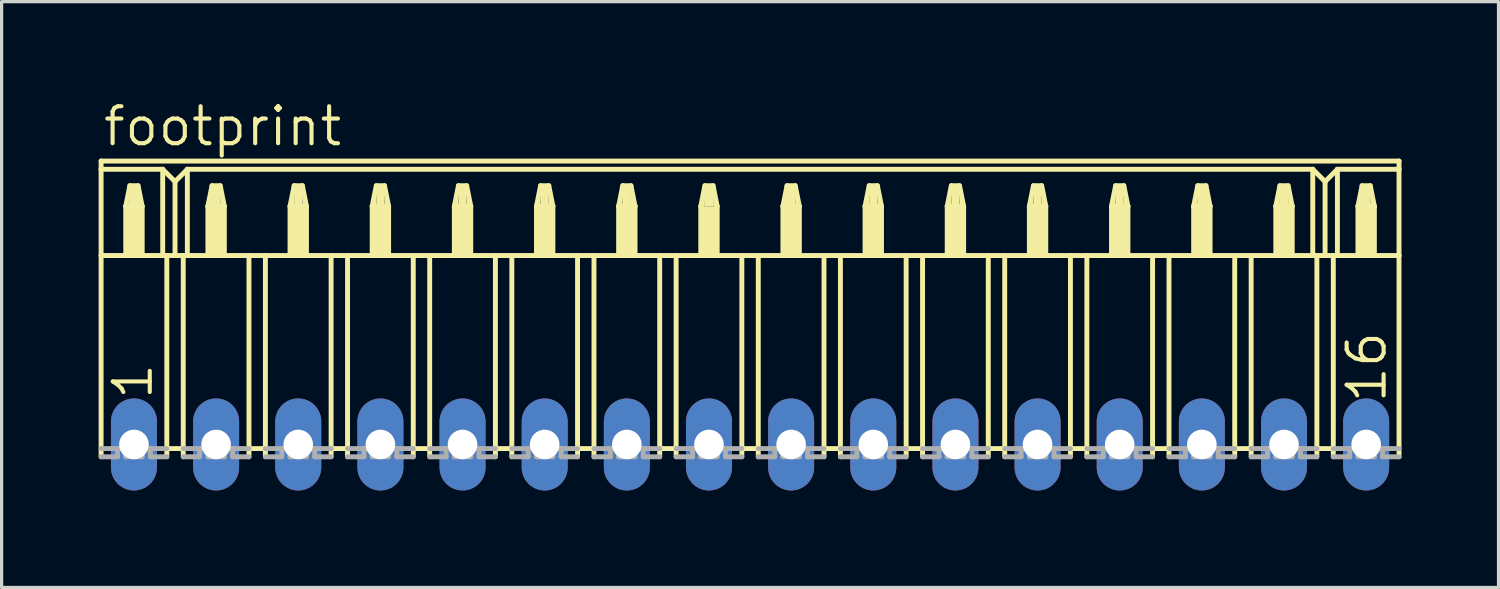
<source format=kicad_pcb>
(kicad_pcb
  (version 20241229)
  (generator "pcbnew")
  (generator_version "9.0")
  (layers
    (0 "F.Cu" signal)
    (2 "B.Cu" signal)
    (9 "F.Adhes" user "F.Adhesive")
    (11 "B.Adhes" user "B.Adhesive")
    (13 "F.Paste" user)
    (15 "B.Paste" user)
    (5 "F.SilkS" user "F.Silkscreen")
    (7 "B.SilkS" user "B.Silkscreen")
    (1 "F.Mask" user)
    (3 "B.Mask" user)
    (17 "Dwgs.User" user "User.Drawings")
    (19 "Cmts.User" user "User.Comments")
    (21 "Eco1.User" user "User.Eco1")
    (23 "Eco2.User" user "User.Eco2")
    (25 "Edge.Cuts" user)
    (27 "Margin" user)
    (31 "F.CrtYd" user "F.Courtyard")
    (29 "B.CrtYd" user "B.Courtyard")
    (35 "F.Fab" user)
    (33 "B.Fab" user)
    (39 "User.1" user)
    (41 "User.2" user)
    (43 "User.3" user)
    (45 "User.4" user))
  (footprint "footprint"
    (layer "F.Cu")
    (at 20.142 10.693)
    (property "Reference" "footprint" (at -20.066 -9.169 0) (layer "F.SilkS") (effects (font (size 1.143 1.143) (thickness 0.127)) (justify left bottom)))
    (fp_line (start -20.066 -8.763) (end -20.066 -8.509) (stroke (width 0.152) (type solid)) (layer "F.SilkS"))
    (fp_line (start -20.066 -8.763) (end 20.066 -8.763) (stroke (width 0.152) (type solid)) (layer "F.SilkS"))
    (fp_line (start -20.066 -8.509) (end -20.066 -5.842) (stroke (width 0.152) (type solid)) (layer "F.SilkS"))
    (fp_line (start -20.066 -8.509) (end -18.161 -8.509) (stroke (width 0.152) (type solid)) (layer "F.SilkS"))
    (fp_line (start -20.066 -5.842) (end -20.066 0.381) (stroke (width 0.152) (type solid)) (layer "F.SilkS"))
    (fp_line (start -20.066 -5.842) (end -19.304 -5.842) (stroke (width 0.152) (type solid)) (layer "F.SilkS"))
    (fp_line (start -19.304 -7.366) (end -19.304 -5.842) (stroke (width 0.152) (type solid)) (layer "F.SilkS"))
    (fp_line (start -19.304 -7.366) (end -19.177 -8.001) (stroke (width 0.152) (type solid)) (layer "F.SilkS"))
    (fp_line (start -19.304 -5.842) (end -18.796 -5.842) (stroke (width 0.152) (type solid)) (layer "F.SilkS"))
    (fp_line (start -19.177 -8.001) (end -18.923 -8.001) (stroke (width 0.152) (type solid)) (layer "F.SilkS"))
    (fp_line (start -18.923 -8.001) (end -18.796 -7.366) (stroke (width 0.152) (type solid)) (layer "F.SilkS"))
    (fp_line (start -18.796 -7.366) (end -19.304 -7.366) (stroke (width 0.152) (type solid)) (layer "F.SilkS"))
    (fp_line (start -18.796 -7.366) (end -18.796 -5.842) (stroke (width 0.152) (type solid)) (layer "F.SilkS"))
    (fp_line (start -18.796 -5.842) (end -18.161 -5.842) (stroke (width 0.152) (type solid)) (layer "F.SilkS"))
    (fp_line (start -18.161 -8.509) (end -18.161 -5.842) (stroke (width 0.152) (type solid)) (layer "F.SilkS"))
    (fp_line (start -18.161 -8.509) (end -17.78 -8.128) (stroke (width 0.152) (type solid)) (layer "F.SilkS"))
    (fp_line (start -18.161 -5.842) (end -18.034 -5.842) (stroke (width 0.152) (type solid)) (layer "F.SilkS"))
    (fp_line (start -18.034 -5.842) (end -18.034 0.127) (stroke (width 0.152) (type solid)) (layer "F.SilkS"))
    (fp_line (start -18.034 -5.842) (end -17.78 -5.842) (stroke (width 0.152) (type solid)) (layer "F.SilkS"))
    (fp_line (start -18.034 0.127) (end -18.034 0.381) (stroke (width 0.152) (type solid)) (layer "F.SilkS"))
    (fp_line (start -17.78 -8.128) (end -17.78 -5.842) (stroke (width 0.152) (type solid)) (layer "F.SilkS"))
    (fp_line (start -17.78 -8.128) (end -17.399 -8.509) (stroke (width 0.152) (type solid)) (layer "F.SilkS"))
    (fp_line (start -17.78 -5.842) (end -17.526 -5.842) (stroke (width 0.152) (type solid)) (layer "F.SilkS"))
    (fp_line (start -17.526 -5.842) (end -17.526 0.127) (stroke (width 0.152) (type solid)) (layer "F.SilkS"))
    (fp_line (start -17.526 -5.842) (end -17.399 -5.842) (stroke (width 0.152) (type solid)) (layer "F.SilkS"))
    (fp_line (start -17.526 0.127) (end -18.034 0.127) (stroke (width 0.152) (type solid)) (layer "F.SilkS"))
    (fp_line (start -17.526 0.127) (end -17.526 0.381) (stroke (width 0.152) (type solid)) (layer "F.SilkS"))
    (fp_line (start -17.399 -8.509) (end -17.399 -5.842) (stroke (width 0.152) (type solid)) (layer "F.SilkS"))
    (fp_line (start -17.399 -8.509) (end 17.399 -8.509) (stroke (width 0.152) (type solid)) (layer "F.SilkS"))
    (fp_line (start -17.399 -5.842) (end -16.764 -5.842) (stroke (width 0.152) (type solid)) (layer "F.SilkS"))
    (fp_line (start -16.764 -7.366) (end -16.764 -5.842) (stroke (width 0.152) (type solid)) (layer "F.SilkS"))
    (fp_line (start -16.764 -7.366) (end -16.637 -8.001) (stroke (width 0.152) (type solid)) (layer "F.SilkS"))
    (fp_line (start -16.764 -5.842) (end -16.256 -5.842) (stroke (width 0.152) (type solid)) (layer "F.SilkS"))
    (fp_line (start -16.637 -8.001) (end -16.383 -8.001) (stroke (width 0.152) (type solid)) (layer "F.SilkS"))
    (fp_line (start -16.383 -8.001) (end -16.256 -7.366) (stroke (width 0.152) (type solid)) (layer "F.SilkS"))
    (fp_line (start -16.256 -7.366) (end -16.764 -7.366) (stroke (width 0.152) (type solid)) (layer "F.SilkS"))
    (fp_line (start -16.256 -7.366) (end -16.256 -5.842) (stroke (width 0.152) (type solid)) (layer "F.SilkS"))
    (fp_line (start -16.256 -5.842) (end -15.494 -5.842) (stroke (width 0.152) (type solid)) (layer "F.SilkS"))
    (fp_line (start -15.494 -5.842) (end -15.494 0.127) (stroke (width 0.152) (type solid)) (layer "F.SilkS"))
    (fp_line (start -15.494 -5.842) (end -14.986 -5.842) (stroke (width 0.152) (type solid)) (layer "F.SilkS"))
    (fp_line (start -15.494 0.127) (end -15.494 0.381) (stroke (width 0.152) (type solid)) (layer "F.SilkS"))
    (fp_line (start -14.986 -5.842) (end -14.986 0.127) (stroke (width 0.152) (type solid)) (layer "F.SilkS"))
    (fp_line (start -14.986 -5.842) (end -14.224 -5.842) (stroke (width 0.152) (type solid)) (layer "F.SilkS"))
    (fp_line (start -14.986 0.127) (end -15.494 0.127) (stroke (width 0.152) (type solid)) (layer "F.SilkS"))
    (fp_line (start -14.986 0.127) (end -14.986 0.381) (stroke (width 0.152) (type solid)) (layer "F.SilkS"))
    (fp_line (start -14.224 -7.366) (end -14.224 -5.842) (stroke (width 0.152) (type solid)) (layer "F.SilkS"))
    (fp_line (start -14.224 -7.366) (end -14.097 -8.001) (stroke (width 0.152) (type solid)) (layer "F.SilkS"))
    (fp_line (start -14.224 -5.842) (end -13.716 -5.842) (stroke (width 0.152) (type solid)) (layer "F.SilkS"))
    (fp_line (start -14.097 -8.001) (end -13.843 -8.001) (stroke (width 0.152) (type solid)) (layer "F.SilkS"))
    (fp_line (start -13.843 -8.001) (end -13.716 -7.366) (stroke (width 0.152) (type solid)) (layer "F.SilkS"))
    (fp_line (start -13.716 -7.366) (end -14.224 -7.366) (stroke (width 0.152) (type solid)) (layer "F.SilkS"))
    (fp_line (start -13.716 -7.366) (end -13.716 -5.842) (stroke (width 0.152) (type solid)) (layer "F.SilkS"))
    (fp_line (start -13.716 -5.842) (end -12.954 -5.842) (stroke (width 0.152) (type solid)) (layer "F.SilkS"))
    (fp_line (start -12.954 -5.842) (end -12.954 0.127) (stroke (width 0.152) (type solid)) (layer "F.SilkS"))
    (fp_line (start -12.954 -5.842) (end -12.446 -5.842) (stroke (width 0.152) (type solid)) (layer "F.SilkS"))
    (fp_line (start -12.954 0.127) (end -12.954 0.381) (stroke (width 0.152) (type solid)) (layer "F.SilkS"))
    (fp_line (start -12.446 -5.842) (end -12.446 0.127) (stroke (width 0.152) (type solid)) (layer "F.SilkS"))
    (fp_line (start -12.446 -5.842) (end -11.684 -5.842) (stroke (width 0.152) (type solid)) (layer "F.SilkS"))
    (fp_line (start -12.446 0.127) (end -12.954 0.127) (stroke (width 0.152) (type solid)) (layer "F.SilkS"))
    (fp_line (start -12.446 0.127) (end -12.446 0.381) (stroke (width 0.152) (type solid)) (layer "F.SilkS"))
    (fp_line (start -11.684 -7.366) (end -11.684 -5.842) (stroke (width 0.152) (type solid)) (layer "F.SilkS"))
    (fp_line (start -11.684 -7.366) (end -11.557 -8.001) (stroke (width 0.152) (type solid)) (layer "F.SilkS"))
    (fp_line (start -11.684 -5.842) (end -11.176 -5.842) (stroke (width 0.152) (type solid)) (layer "F.SilkS"))
    (fp_line (start -11.557 -8.001) (end -11.303 -8.001) (stroke (width 0.152) (type solid)) (layer "F.SilkS"))
    (fp_line (start -11.303 -8.001) (end -11.176 -7.366) (stroke (width 0.152) (type solid)) (layer "F.SilkS"))
    (fp_line (start -11.176 -7.366) (end -11.684 -7.366) (stroke (width 0.152) (type solid)) (layer "F.SilkS"))
    (fp_line (start -11.176 -7.366) (end -11.176 -5.842) (stroke (width 0.152) (type solid)) (layer "F.SilkS"))
    (fp_line (start -11.176 -5.842) (end -10.414 -5.842) (stroke (width 0.152) (type solid)) (layer "F.SilkS"))
    (fp_line (start -10.414 -5.842) (end -10.414 0.127) (stroke (width 0.152) (type solid)) (layer "F.SilkS"))
    (fp_line (start -10.414 -5.842) (end -9.906 -5.842) (stroke (width 0.152) (type solid)) (layer "F.SilkS"))
    (fp_line (start -10.414 0.127) (end -10.414 0.381) (stroke (width 0.152) (type solid)) (layer "F.SilkS"))
    (fp_line (start -9.906 -5.842) (end -9.906 0.127) (stroke (width 0.152) (type solid)) (layer "F.SilkS"))
    (fp_line (start -9.906 -5.842) (end -9.144 -5.842) (stroke (width 0.152) (type solid)) (layer "F.SilkS"))
    (fp_line (start -9.906 0.127) (end -10.414 0.127) (stroke (width 0.152) (type solid)) (layer "F.SilkS"))
    (fp_line (start -9.906 0.127) (end -9.906 0.381) (stroke (width 0.152) (type solid)) (layer "F.SilkS"))
    (fp_line (start -9.144 -7.366) (end -9.144 -5.842) (stroke (width 0.152) (type solid)) (layer "F.SilkS"))
    (fp_line (start -9.144 -7.366) (end -9.017 -8.001) (stroke (width 0.152) (type solid)) (layer "F.SilkS"))
    (fp_line (start -9.144 -5.842) (end -8.636 -5.842) (stroke (width 0.152) (type solid)) (layer "F.SilkS"))
    (fp_line (start -9.017 -8.001) (end -8.763 -8.001) (stroke (width 0.152) (type solid)) (layer "F.SilkS"))
    (fp_line (start -8.763 -8.001) (end -8.636 -7.366) (stroke (width 0.152) (type solid)) (layer "F.SilkS"))
    (fp_line (start -8.636 -7.366) (end -9.144 -7.366) (stroke (width 0.152) (type solid)) (layer "F.SilkS"))
    (fp_line (start -8.636 -7.366) (end -8.636 -5.842) (stroke (width 0.152) (type solid)) (layer "F.SilkS"))
    (fp_line (start -8.636 -5.842) (end -7.874 -5.842) (stroke (width 0.152) (type solid)) (layer "F.SilkS"))
    (fp_line (start -7.874 -5.842) (end -7.874 0.127) (stroke (width 0.152) (type solid)) (layer "F.SilkS"))
    (fp_line (start -7.874 -5.842) (end -7.366 -5.842) (stroke (width 0.152) (type solid)) (layer "F.SilkS"))
    (fp_line (start -7.874 0.127) (end -7.874 0.381) (stroke (width 0.152) (type solid)) (layer "F.SilkS"))
    (fp_line (start -7.366 -5.842) (end -7.366 0.127) (stroke (width 0.152) (type solid)) (layer "F.SilkS"))
    (fp_line (start -7.366 -5.842) (end -6.604 -5.842) (stroke (width 0.152) (type solid)) (layer "F.SilkS"))
    (fp_line (start -7.366 0.127) (end -7.874 0.127) (stroke (width 0.152) (type solid)) (layer "F.SilkS"))
    (fp_line (start -7.366 0.127) (end -7.366 0.381) (stroke (width 0.152) (type solid)) (layer "F.SilkS"))
    (fp_line (start -6.604 -7.366) (end -6.604 -5.842) (stroke (width 0.152) (type solid)) (layer "F.SilkS"))
    (fp_line (start -6.604 -7.366) (end -6.477 -8.001) (stroke (width 0.152) (type solid)) (layer "F.SilkS"))
    (fp_line (start -6.604 -5.842) (end -6.096 -5.842) (stroke (width 0.152) (type solid)) (layer "F.SilkS"))
    (fp_line (start -6.477 -8.001) (end -6.223 -8.001) (stroke (width 0.152) (type solid)) (layer "F.SilkS"))
    (fp_line (start -6.223 -8.001) (end -6.096 -7.366) (stroke (width 0.152) (type solid)) (layer "F.SilkS"))
    (fp_line (start -6.096 -7.366) (end -6.604 -7.366) (stroke (width 0.152) (type solid)) (layer "F.SilkS"))
    (fp_line (start -6.096 -7.366) (end -6.096 -5.842) (stroke (width 0.152) (type solid)) (layer "F.SilkS"))
    (fp_line (start -6.096 -5.842) (end -5.334 -5.842) (stroke (width 0.152) (type solid)) (layer "F.SilkS"))
    (fp_line (start -5.334 -5.842) (end -5.334 0.127) (stroke (width 0.152) (type solid)) (layer "F.SilkS"))
    (fp_line (start -5.334 -5.842) (end -4.826 -5.842) (stroke (width 0.152) (type solid)) (layer "F.SilkS"))
    (fp_line (start -5.334 0.127) (end -5.334 0.381) (stroke (width 0.152) (type solid)) (layer "F.SilkS"))
    (fp_line (start -4.826 -5.842) (end -4.826 0.127) (stroke (width 0.152) (type solid)) (layer "F.SilkS"))
    (fp_line (start -4.826 -5.842) (end -4.064 -5.842) (stroke (width 0.152) (type solid)) (layer "F.SilkS"))
    (fp_line (start -4.826 0.127) (end -5.334 0.127) (stroke (width 0.152) (type solid)) (layer "F.SilkS"))
    (fp_line (start -4.826 0.127) (end -4.826 0.381) (stroke (width 0.152) (type solid)) (layer "F.SilkS"))
    (fp_line (start -4.064 -7.366) (end -4.064 -5.842) (stroke (width 0.152) (type solid)) (layer "F.SilkS"))
    (fp_line (start -4.064 -7.366) (end -3.937 -8.001) (stroke (width 0.152) (type solid)) (layer "F.SilkS"))
    (fp_line (start -4.064 -5.842) (end -3.556 -5.842) (stroke (width 0.152) (type solid)) (layer "F.SilkS"))
    (fp_line (start -3.937 -8.001) (end -3.683 -8.001) (stroke (width 0.152) (type solid)) (layer "F.SilkS"))
    (fp_line (start -3.683 -8.001) (end -3.556 -7.366) (stroke (width 0.152) (type solid)) (layer "F.SilkS"))
    (fp_line (start -3.556 -7.366) (end -4.064 -7.366) (stroke (width 0.152) (type solid)) (layer "F.SilkS"))
    (fp_line (start -3.556 -7.366) (end -3.556 -5.842) (stroke (width 0.152) (type solid)) (layer "F.SilkS"))
    (fp_line (start -3.556 -5.842) (end -2.794 -5.842) (stroke (width 0.152) (type solid)) (layer "F.SilkS"))
    (fp_line (start -2.794 -5.842) (end -2.794 0.127) (stroke (width 0.152) (type solid)) (layer "F.SilkS"))
    (fp_line (start -2.794 -5.842) (end -2.286 -5.842) (stroke (width 0.152) (type solid)) (layer "F.SilkS"))
    (fp_line (start -2.794 0.127) (end -2.794 0.381) (stroke (width 0.152) (type solid)) (layer "F.SilkS"))
    (fp_line (start -2.286 -5.842) (end -2.286 0.127) (stroke (width 0.152) (type solid)) (layer "F.SilkS"))
    (fp_line (start -2.286 -5.842) (end -1.524 -5.842) (stroke (width 0.152) (type solid)) (layer "F.SilkS"))
    (fp_line (start -2.286 0.127) (end -2.794 0.127) (stroke (width 0.152) (type solid)) (layer "F.SilkS"))
    (fp_line (start -2.286 0.127) (end -2.286 0.381) (stroke (width 0.152) (type solid)) (layer "F.SilkS"))
    (fp_line (start -1.524 -7.366) (end -1.524 -5.842) (stroke (width 0.152) (type solid)) (layer "F.SilkS"))
    (fp_line (start -1.524 -7.366) (end -1.397 -8.001) (stroke (width 0.152) (type solid)) (layer "F.SilkS"))
    (fp_line (start -1.524 -5.842) (end -1.016 -5.842) (stroke (width 0.152) (type solid)) (layer "F.SilkS"))
    (fp_line (start -1.397 -8.001) (end -1.143 -8.001) (stroke (width 0.152) (type solid)) (layer "F.SilkS"))
    (fp_line (start -1.143 -8.001) (end -1.016 -7.366) (stroke (width 0.152) (type solid)) (layer "F.SilkS"))
    (fp_line (start -1.016 -7.366) (end -1.016 -5.842) (stroke (width 0.152) (type solid)) (layer "F.SilkS"))
    (fp_line (start -1.016 -5.842) (end -0.254 -5.842) (stroke (width 0.152) (type solid)) (layer "F.SilkS"))
    (fp_line (start -0.254 -5.842) (end -0.254 0.127) (stroke (width 0.152) (type solid)) (layer "F.SilkS"))
    (fp_line (start -0.254 -5.842) (end 2.794 -5.842) (stroke (width 0.152) (type solid)) (layer "F.SilkS"))
    (fp_line (start -0.254 0.127) (end -0.254 0.381) (stroke (width 0.152) (type solid)) (layer "F.SilkS"))
    (fp_line (start 0.254 -5.842) (end 0.254 0.127) (stroke (width 0.152) (type solid)) (layer "F.SilkS"))
    (fp_line (start 0.254 0.127) (end -0.254 0.127) (stroke (width 0.152) (type solid)) (layer "F.SilkS"))
    (fp_line (start 0.254 0.127) (end 0.254 0.381) (stroke (width 0.152) (type solid)) (layer "F.SilkS"))
    (fp_line (start 1.016 -7.366) (end 1.016 -5.842) (stroke (width 0.152) (type solid)) (layer "F.SilkS"))
    (fp_line (start 1.016 -7.366) (end 1.143 -8.001) (stroke (width 0.152) (type solid)) (layer "F.SilkS"))
    (fp_line (start 1.143 -8.001) (end 1.397 -8.001) (stroke (width 0.152) (type solid)) (layer "F.SilkS"))
    (fp_line (start 1.397 -8.001) (end 1.524 -7.366) (stroke (width 0.152) (type solid)) (layer "F.SilkS"))
    (fp_line (start 1.524 -7.366) (end 1.016 -7.366) (stroke (width 0.152) (type solid)) (layer "F.SilkS"))
    (fp_line (start 1.524 -7.366) (end 1.524 -5.842) (stroke (width 0.152) (type solid)) (layer "F.SilkS"))
    (fp_line (start 2.286 -5.842) (end 2.286 0.127) (stroke (width 0.152) (type solid)) (layer "F.SilkS"))
    (fp_line (start 2.286 0.127) (end 2.286 0.381) (stroke (width 0.152) (type solid)) (layer "F.SilkS"))
    (fp_line (start 2.794 -5.842) (end 2.794 0.127) (stroke (width 0.152) (type solid)) (layer "F.SilkS"))
    (fp_line (start 2.794 -5.842) (end 3.556 -5.842) (stroke (width 0.152) (type solid)) (layer "F.SilkS"))
    (fp_line (start 2.794 0.127) (end 2.286 0.127) (stroke (width 0.152) (type solid)) (layer "F.SilkS"))
    (fp_line (start 2.794 0.127) (end 2.794 0.381) (stroke (width 0.152) (type solid)) (layer "F.SilkS"))
    (fp_line (start 3.556 -7.366) (end 3.556 -5.842) (stroke (width 0.152) (type solid)) (layer "F.SilkS"))
    (fp_line (start 3.556 -7.366) (end 3.683 -8.001) (stroke (width 0.152) (type solid)) (layer "F.SilkS"))
    (fp_line (start 3.556 -5.842) (end 4.064 -5.842) (stroke (width 0.152) (type solid)) (layer "F.SilkS"))
    (fp_line (start 3.683 -8.001) (end 3.937 -8.001) (stroke (width 0.152) (type solid)) (layer "F.SilkS"))
    (fp_line (start 3.937 -8.001) (end 4.064 -7.366) (stroke (width 0.152) (type solid)) (layer "F.SilkS"))
    (fp_line (start 4.064 -7.366) (end 3.556 -7.366) (stroke (width 0.152) (type solid)) (layer "F.SilkS"))
    (fp_line (start 4.064 -7.366) (end 4.064 -5.842) (stroke (width 0.152) (type solid)) (layer "F.SilkS"))
    (fp_line (start 4.064 -5.842) (end 4.826 -5.842) (stroke (width 0.152) (type solid)) (layer "F.SilkS"))
    (fp_line (start 4.826 -5.842) (end 4.826 0.127) (stroke (width 0.152) (type solid)) (layer "F.SilkS"))
    (fp_line (start 4.826 -5.842) (end 5.334 -5.842) (stroke (width 0.152) (type solid)) (layer "F.SilkS"))
    (fp_line (start 4.826 0.127) (end 4.826 0.381) (stroke (width 0.152) (type solid)) (layer "F.SilkS"))
    (fp_line (start 5.334 -5.842) (end 5.334 0.127) (stroke (width 0.152) (type solid)) (layer "F.SilkS"))
    (fp_line (start 5.334 -5.842) (end 6.096 -5.842) (stroke (width 0.152) (type solid)) (layer "F.SilkS"))
    (fp_line (start 5.334 0.127) (end 4.826 0.127) (stroke (width 0.152) (type solid)) (layer "F.SilkS"))
    (fp_line (start 5.334 0.127) (end 5.334 0.381) (stroke (width 0.152) (type solid)) (layer "F.SilkS"))
    (fp_line (start 6.096 -7.366) (end 6.096 -5.842) (stroke (width 0.152) (type solid)) (layer "F.SilkS"))
    (fp_line (start 6.096 -7.366) (end 6.223 -8.001) (stroke (width 0.152) (type solid)) (layer "F.SilkS"))
    (fp_line (start 6.096 -5.842) (end 6.604 -5.842) (stroke (width 0.152) (type solid)) (layer "F.SilkS"))
    (fp_line (start 6.223 -8.001) (end 6.477 -8.001) (stroke (width 0.152) (type solid)) (layer "F.SilkS"))
    (fp_line (start 6.477 -8.001) (end 6.604 -7.366) (stroke (width 0.152) (type solid)) (layer "F.SilkS"))
    (fp_line (start 6.604 -7.366) (end 6.096 -7.366) (stroke (width 0.152) (type solid)) (layer "F.SilkS"))
    (fp_line (start 6.604 -7.366) (end 6.604 -5.842) (stroke (width 0.152) (type solid)) (layer "F.SilkS"))
    (fp_line (start 6.604 -5.842) (end 7.366 -5.842) (stroke (width 0.152) (type solid)) (layer "F.SilkS"))
    (fp_line (start 7.366 -5.842) (end 7.366 0.127) (stroke (width 0.152) (type solid)) (layer "F.SilkS"))
    (fp_line (start 7.366 -5.842) (end 7.874 -5.842) (stroke (width 0.152) (type solid)) (layer "F.SilkS"))
    (fp_line (start 7.366 0.127) (end 7.366 0.381) (stroke (width 0.152) (type solid)) (layer "F.SilkS"))
    (fp_line (start 7.874 -5.842) (end 7.874 0.127) (stroke (width 0.152) (type solid)) (layer "F.SilkS"))
    (fp_line (start 7.874 -5.842) (end 8.636 -5.842) (stroke (width 0.152) (type solid)) (layer "F.SilkS"))
    (fp_line (start 7.874 0.127) (end 7.366 0.127) (stroke (width 0.152) (type solid)) (layer "F.SilkS"))
    (fp_line (start 7.874 0.127) (end 7.874 0.381) (stroke (width 0.152) (type solid)) (layer "F.SilkS"))
    (fp_line (start 8.636 -7.366) (end 8.636 -5.842) (stroke (width 0.152) (type solid)) (layer "F.SilkS"))
    (fp_line (start 8.636 -7.366) (end 8.763 -8.001) (stroke (width 0.152) (type solid)) (layer "F.SilkS"))
    (fp_line (start 8.636 -5.842) (end 9.144 -5.842) (stroke (width 0.152) (type solid)) (layer "F.SilkS"))
    (fp_line (start 8.763 -8.001) (end 9.017 -8.001) (stroke (width 0.152) (type solid)) (layer "F.SilkS"))
    (fp_line (start 9.017 -8.001) (end 9.144 -7.366) (stroke (width 0.152) (type solid)) (layer "F.SilkS"))
    (fp_line (start 9.144 -7.366) (end 8.636 -7.366) (stroke (width 0.152) (type solid)) (layer "F.SilkS"))
    (fp_line (start 9.144 -7.366) (end 9.144 -5.842) (stroke (width 0.152) (type solid)) (layer "F.SilkS"))
    (fp_line (start 9.144 -5.842) (end 9.906 -5.842) (stroke (width 0.152) (type solid)) (layer "F.SilkS"))
    (fp_line (start 9.906 -5.842) (end 9.906 0.127) (stroke (width 0.152) (type solid)) (layer "F.SilkS"))
    (fp_line (start 9.906 -5.842) (end 10.414 -5.842) (stroke (width 0.152) (type solid)) (layer "F.SilkS"))
    (fp_line (start 9.906 0.127) (end 9.906 0.381) (stroke (width 0.152) (type solid)) (layer "F.SilkS"))
    (fp_line (start 10.414 -5.842) (end 10.414 0.127) (stroke (width 0.152) (type solid)) (layer "F.SilkS"))
    (fp_line (start 10.414 -5.842) (end 11.176 -5.842) (stroke (width 0.152) (type solid)) (layer "F.SilkS"))
    (fp_line (start 10.414 0.127) (end 9.906 0.127) (stroke (width 0.152) (type solid)) (layer "F.SilkS"))
    (fp_line (start 10.414 0.127) (end 10.414 0.381) (stroke (width 0.152) (type solid)) (layer "F.SilkS"))
    (fp_line (start 11.176 -7.366) (end 11.176 -5.842) (stroke (width 0.152) (type solid)) (layer "F.SilkS"))
    (fp_line (start 11.176 -7.366) (end 11.303 -8.001) (stroke (width 0.152) (type solid)) (layer "F.SilkS"))
    (fp_line (start 11.176 -5.842) (end 11.684 -5.842) (stroke (width 0.152) (type solid)) (layer "F.SilkS"))
    (fp_line (start 11.303 -8.001) (end 11.557 -8.001) (stroke (width 0.152) (type solid)) (layer "F.SilkS"))
    (fp_line (start 11.557 -8.001) (end 11.684 -7.366) (stroke (width 0.152) (type solid)) (layer "F.SilkS"))
    (fp_line (start 11.684 -7.366) (end 11.176 -7.366) (stroke (width 0.152) (type solid)) (layer "F.SilkS"))
    (fp_line (start 11.684 -7.366) (end 11.684 -5.842) (stroke (width 0.152) (type solid)) (layer "F.SilkS"))
    (fp_line (start 11.684 -5.842) (end 12.446 -5.842) (stroke (width 0.152) (type solid)) (layer "F.SilkS"))
    (fp_line (start 12.446 -5.842) (end 12.446 0.127) (stroke (width 0.152) (type solid)) (layer "F.SilkS"))
    (fp_line (start 12.446 -5.842) (end 12.954 -5.842) (stroke (width 0.152) (type solid)) (layer "F.SilkS"))
    (fp_line (start 12.446 0.127) (end 12.446 0.381) (stroke (width 0.152) (type solid)) (layer "F.SilkS"))
    (fp_line (start 12.954 -5.842) (end 12.954 0.127) (stroke (width 0.152) (type solid)) (layer "F.SilkS"))
    (fp_line (start 12.954 -5.842) (end 13.716 -5.842) (stroke (width 0.152) (type solid)) (layer "F.SilkS"))
    (fp_line (start 12.954 0.127) (end 12.446 0.127) (stroke (width 0.152) (type solid)) (layer "F.SilkS"))
    (fp_line (start 12.954 0.127) (end 12.954 0.381) (stroke (width 0.152) (type solid)) (layer "F.SilkS"))
    (fp_line (start 13.716 -7.366) (end 13.716 -5.842) (stroke (width 0.152) (type solid)) (layer "F.SilkS"))
    (fp_line (start 13.716 -7.366) (end 13.843 -8.001) (stroke (width 0.152) (type solid)) (layer "F.SilkS"))
    (fp_line (start 13.716 -5.842) (end 14.224 -5.842) (stroke (width 0.152) (type solid)) (layer "F.SilkS"))
    (fp_line (start 13.843 -8.001) (end 14.097 -8.001) (stroke (width 0.152) (type solid)) (layer "F.SilkS"))
    (fp_line (start 14.097 -8.001) (end 14.224 -7.366) (stroke (width 0.152) (type solid)) (layer "F.SilkS"))
    (fp_line (start 14.224 -7.366) (end 13.716 -7.366) (stroke (width 0.152) (type solid)) (layer "F.SilkS"))
    (fp_line (start 14.224 -7.366) (end 14.224 -5.842) (stroke (width 0.152) (type solid)) (layer "F.SilkS"))
    (fp_line (start 14.224 -5.842) (end 14.986 -5.842) (stroke (width 0.152) (type solid)) (layer "F.SilkS"))
    (fp_line (start 14.986 -5.842) (end 14.986 0.127) (stroke (width 0.152) (type solid)) (layer "F.SilkS"))
    (fp_line (start 14.986 -5.842) (end 17.399 -5.842) (stroke (width 0.152) (type solid)) (layer "F.SilkS"))
    (fp_line (start 14.986 0.127) (end 14.986 0.381) (stroke (width 0.152) (type solid)) (layer "F.SilkS"))
    (fp_line (start 15.494 -5.842) (end 15.494 0.127) (stroke (width 0.152) (type solid)) (layer "F.SilkS"))
    (fp_line (start 15.494 0.127) (end 14.986 0.127) (stroke (width 0.152) (type solid)) (layer "F.SilkS"))
    (fp_line (start 15.494 0.127) (end 15.494 0.381) (stroke (width 0.152) (type solid)) (layer "F.SilkS"))
    (fp_line (start 16.256 -7.366) (end 16.256 -5.842) (stroke (width 0.152) (type solid)) (layer "F.SilkS"))
    (fp_line (start 16.256 -7.366) (end 16.383 -8.001) (stroke (width 0.152) (type solid)) (layer "F.SilkS"))
    (fp_line (start 16.383 -8.001) (end 16.637 -8.001) (stroke (width 0.152) (type solid)) (layer "F.SilkS"))
    (fp_line (start 16.637 -8.001) (end 16.764 -7.366) (stroke (width 0.152) (type solid)) (layer "F.SilkS"))
    (fp_line (start 16.764 -7.366) (end 16.256 -7.366) (stroke (width 0.152) (type solid)) (layer "F.SilkS"))
    (fp_line (start 16.764 -7.366) (end 16.764 -5.842) (stroke (width 0.152) (type solid)) (layer "F.SilkS"))
    (fp_line (start 17.399 -8.509) (end 17.399 -5.842) (stroke (width 0.152) (type solid)) (layer "F.SilkS"))
    (fp_line (start 17.399 -8.509) (end 17.78 -8.128) (stroke (width 0.152) (type solid)) (layer "F.SilkS"))
    (fp_line (start 17.399 -5.842) (end 17.526 -5.842) (stroke (width 0.152) (type solid)) (layer "F.SilkS"))
    (fp_line (start 17.526 -5.842) (end 17.526 0.127) (stroke (width 0.152) (type solid)) (layer "F.SilkS"))
    (fp_line (start 17.526 -5.842) (end 17.78 -5.842) (stroke (width 0.152) (type solid)) (layer "F.SilkS"))
    (fp_line (start 17.526 0.127) (end 17.526 0.381) (stroke (width 0.152) (type solid)) (layer "F.SilkS"))
    (fp_line (start 17.78 -8.128) (end 17.78 -5.842) (stroke (width 0.152) (type solid)) (layer "F.SilkS"))
    (fp_line (start 17.78 -8.128) (end 18.161 -8.509) (stroke (width 0.152) (type solid)) (layer "F.SilkS"))
    (fp_line (start 17.78 -5.842) (end 18.034 -5.842) (stroke (width 0.152) (type solid)) (layer "F.SilkS"))
    (fp_line (start 18.034 -5.842) (end 18.034 0.127) (stroke (width 0.152) (type solid)) (layer "F.SilkS"))
    (fp_line (start 18.034 -5.842) (end 18.161 -5.842) (stroke (width 0.152) (type solid)) (layer "F.SilkS"))
    (fp_line (start 18.034 0.127) (end 17.526 0.127) (stroke (width 0.152) (type solid)) (layer "F.SilkS"))
    (fp_line (start 18.034 0.127) (end 18.034 0.381) (stroke (width 0.152) (type solid)) (layer "F.SilkS"))
    (fp_line (start 18.161 -8.509) (end 18.161 -5.842) (stroke (width 0.152) (type solid)) (layer "F.SilkS"))
    (fp_line (start 18.161 -8.509) (end 20.066 -8.509) (stroke (width 0.152) (type solid)) (layer "F.SilkS"))
    (fp_line (start 18.161 -5.842) (end 18.796 -5.842) (stroke (width 0.152) (type solid)) (layer "F.SilkS"))
    (fp_line (start 18.796 -7.366) (end 18.796 -5.842) (stroke (width 0.152) (type solid)) (layer "F.SilkS"))
    (fp_line (start 18.796 -7.366) (end 18.923 -8.001) (stroke (width 0.152) (type solid)) (layer "F.SilkS"))
    (fp_line (start 18.796 -5.842) (end 19.304 -5.842) (stroke (width 0.152) (type solid)) (layer "F.SilkS"))
    (fp_line (start 18.923 -8.001) (end 19.177 -8.001) (stroke (width 0.152) (type solid)) (layer "F.SilkS"))
    (fp_line (start 19.177 -8.001) (end 19.304 -7.366) (stroke (width 0.152) (type solid)) (layer "F.SilkS"))
    (fp_line (start 19.304 -7.366) (end 18.796 -7.366) (stroke (width 0.152) (type solid)) (layer "F.SilkS"))
    (fp_line (start 19.304 -7.366) (end 19.304 -5.842) (stroke (width 0.152) (type solid)) (layer "F.SilkS"))
    (fp_line (start 19.304 -5.842) (end 20.066 -5.842) (stroke (width 0.152) (type solid)) (layer "F.SilkS"))
    (fp_line (start 20.066 -8.509) (end 20.066 -8.763) (stroke (width 0.152) (type solid)) (layer "F.SilkS"))
    (fp_line (start 20.066 -5.842) (end 20.066 -8.509) (stroke (width 0.152) (type solid)) (layer "F.SilkS"))
    (fp_line (start 20.066 -5.842) (end 20.066 0.381) (stroke (width 0.152) (type solid)) (layer "F.SilkS"))
    (fp_poly (pts (xy -19.304 -7.366) (xy -19.177 -7.366) (xy -19.177 -7.62) (xy -19.304 -7.62)) (stroke (width 0) (type solid)) (fill yes) (layer "F.SilkS"))
    (fp_poly (pts (xy -19.304 -5.842) (xy -18.796 -5.842) (xy -18.796 -7.366) (xy -19.304 -7.366)) (stroke (width 0) (type solid)) (fill yes) (layer "F.SilkS"))
    (fp_poly (pts (xy -19.177 -7.366) (xy -18.923 -7.366) (xy -18.923 -8.001) (xy -19.177 -8.001)) (stroke (width 0) (type solid)) (fill yes) (layer "F.SilkS"))
    (fp_poly (pts (xy -18.923 -7.366) (xy -18.796 -7.366) (xy -18.796 -7.62) (xy -18.923 -7.62)) (stroke (width 0) (type solid)) (fill yes) (layer "F.SilkS"))
    (fp_poly (pts (xy -16.764 -7.366) (xy -16.637 -7.366) (xy -16.637 -7.62) (xy -16.764 -7.62)) (stroke (width 0) (type solid)) (fill yes) (layer "F.SilkS"))
    (fp_poly (pts (xy -16.764 -5.842) (xy -16.256 -5.842) (xy -16.256 -7.366) (xy -16.764 -7.366)) (stroke (width 0) (type solid)) (fill yes) (layer "F.SilkS"))
    (fp_poly (pts (xy -16.637 -7.366) (xy -16.383 -7.366) (xy -16.383 -8.001) (xy -16.637 -8.001)) (stroke (width 0) (type solid)) (fill yes) (layer "F.SilkS"))
    (fp_poly (pts (xy -16.383 -7.366) (xy -16.256 -7.366) (xy -16.256 -7.62) (xy -16.383 -7.62)) (stroke (width 0) (type solid)) (fill yes) (layer "F.SilkS"))
    (fp_poly (pts (xy -14.224 -7.366) (xy -14.097 -7.366) (xy -14.097 -7.62) (xy -14.224 -7.62)) (stroke (width 0) (type solid)) (fill yes) (layer "F.SilkS"))
    (fp_poly (pts (xy -14.224 -5.842) (xy -13.716 -5.842) (xy -13.716 -7.366) (xy -14.224 -7.366)) (stroke (width 0) (type solid)) (fill yes) (layer "F.SilkS"))
    (fp_poly (pts (xy -14.097 -7.366) (xy -13.843 -7.366) (xy -13.843 -8.001) (xy -14.097 -8.001)) (stroke (width 0) (type solid)) (fill yes) (layer "F.SilkS"))
    (fp_poly (pts (xy -13.843 -7.366) (xy -13.716 -7.366) (xy -13.716 -7.62) (xy -13.843 -7.62)) (stroke (width 0) (type solid)) (fill yes) (layer "F.SilkS"))
    (fp_poly (pts (xy -11.684 -7.366) (xy -11.557 -7.366) (xy -11.557 -7.62) (xy -11.684 -7.62)) (stroke (width 0) (type solid)) (fill yes) (layer "F.SilkS"))
    (fp_poly (pts (xy -11.684 -5.842) (xy -11.176 -5.842) (xy -11.176 -7.366) (xy -11.684 -7.366)) (stroke (width 0) (type solid)) (fill yes) (layer "F.SilkS"))
    (fp_poly (pts (xy -11.557 -7.366) (xy -11.303 -7.366) (xy -11.303 -8.001) (xy -11.557 -8.001)) (stroke (width 0) (type solid)) (fill yes) (layer "F.SilkS"))
    (fp_poly (pts (xy -11.303 -7.366) (xy -11.176 -7.366) (xy -11.176 -7.62) (xy -11.303 -7.62)) (stroke (width 0) (type solid)) (fill yes) (layer "F.SilkS"))
    (fp_poly (pts (xy -9.144 -7.366) (xy -9.017 -7.366) (xy -9.017 -7.62) (xy -9.144 -7.62)) (stroke (width 0) (type solid)) (fill yes) (layer "F.SilkS"))
    (fp_poly (pts (xy -9.144 -5.842) (xy -8.636 -5.842) (xy -8.636 -7.366) (xy -9.144 -7.366)) (stroke (width 0) (type solid)) (fill yes) (layer "F.SilkS"))
    (fp_poly (pts (xy -9.017 -7.366) (xy -8.763 -7.366) (xy -8.763 -8.001) (xy -9.017 -8.001)) (stroke (width 0) (type solid)) (fill yes) (layer "F.SilkS"))
    (fp_poly (pts (xy -8.763 -7.366) (xy -8.636 -7.366) (xy -8.636 -7.62) (xy -8.763 -7.62)) (stroke (width 0) (type solid)) (fill yes) (layer "F.SilkS"))
    (fp_poly (pts (xy -6.604 -7.366) (xy -6.477 -7.366) (xy -6.477 -7.62) (xy -6.604 -7.62)) (stroke (width 0) (type solid)) (fill yes) (layer "F.SilkS"))
    (fp_poly (pts (xy -6.604 -5.842) (xy -6.096 -5.842) (xy -6.096 -7.366) (xy -6.604 -7.366)) (stroke (width 0) (type solid)) (fill yes) (layer "F.SilkS"))
    (fp_poly (pts (xy -6.477 -7.366) (xy -6.223 -7.366) (xy -6.223 -8.001) (xy -6.477 -8.001)) (stroke (width 0) (type solid)) (fill yes) (layer "F.SilkS"))
    (fp_poly (pts (xy -6.223 -7.366) (xy -6.096 -7.366) (xy -6.096 -7.62) (xy -6.223 -7.62)) (stroke (width 0) (type solid)) (fill yes) (layer "F.SilkS"))
    (fp_poly (pts (xy -4.064 -7.366) (xy -3.937 -7.366) (xy -3.937 -7.62) (xy -4.064 -7.62)) (stroke (width 0) (type solid)) (fill yes) (layer "F.SilkS"))
    (fp_poly (pts (xy -4.064 -5.842) (xy -3.556 -5.842) (xy -3.556 -7.366) (xy -4.064 -7.366)) (stroke (width 0) (type solid)) (fill yes) (layer "F.SilkS"))
    (fp_poly (pts (xy -3.937 -7.366) (xy -3.683 -7.366) (xy -3.683 -8.001) (xy -3.937 -8.001)) (stroke (width 0) (type solid)) (fill yes) (layer "F.SilkS"))
    (fp_poly (pts (xy -3.683 -7.366) (xy -3.556 -7.366) (xy -3.556 -7.62) (xy -3.683 -7.62)) (stroke (width 0) (type solid)) (fill yes) (layer "F.SilkS"))
    (fp_poly (pts (xy -1.524 -7.366) (xy -1.397 -7.366) (xy -1.397 -7.62) (xy -1.524 -7.62)) (stroke (width 0) (type solid)) (fill yes) (layer "F.SilkS"))
    (fp_poly (pts (xy -1.524 -5.842) (xy -1.016 -5.842) (xy -1.016 -7.366) (xy -1.524 -7.366)) (stroke (width 0) (type solid)) (fill yes) (layer "F.SilkS"))
    (fp_poly (pts (xy -1.397 -7.366) (xy -1.143 -7.366) (xy -1.143 -8.001) (xy -1.397 -8.001)) (stroke (width 0) (type solid)) (fill yes) (layer "F.SilkS"))
    (fp_poly (pts (xy -1.143 -7.366) (xy -1.016 -7.366) (xy -1.016 -7.62) (xy -1.143 -7.62)) (stroke (width 0) (type solid)) (fill yes) (layer "F.SilkS"))
    (fp_poly (pts (xy 1.016 -7.366) (xy 1.143 -7.366) (xy 1.143 -7.62) (xy 1.016 -7.62)) (stroke (width 0) (type solid)) (fill yes) (layer "F.SilkS"))
    (fp_poly (pts (xy 1.016 -5.842) (xy 1.524 -5.842) (xy 1.524 -7.366) (xy 1.016 -7.366)) (stroke (width 0) (type solid)) (fill yes) (layer "F.SilkS"))
    (fp_poly (pts (xy 1.143 -7.366) (xy 1.397 -7.366) (xy 1.397 -8.001) (xy 1.143 -8.001)) (stroke (width 0) (type solid)) (fill yes) (layer "F.SilkS"))
    (fp_poly (pts (xy 1.397 -7.366) (xy 1.524 -7.366) (xy 1.524 -7.62) (xy 1.397 -7.62)) (stroke (width 0) (type solid)) (fill yes) (layer "F.SilkS"))
    (fp_poly (pts (xy 3.556 -7.366) (xy 3.683 -7.366) (xy 3.683 -7.62) (xy 3.556 -7.62)) (stroke (width 0) (type solid)) (fill yes) (layer "F.SilkS"))
    (fp_poly (pts (xy 3.556 -5.842) (xy 4.064 -5.842) (xy 4.064 -7.366) (xy 3.556 -7.366)) (stroke (width 0) (type solid)) (fill yes) (layer "F.SilkS"))
    (fp_poly (pts (xy 3.683 -7.366) (xy 3.937 -7.366) (xy 3.937 -8.001) (xy 3.683 -8.001)) (stroke (width 0) (type solid)) (fill yes) (layer "F.SilkS"))
    (fp_poly (pts (xy 3.937 -7.366) (xy 4.064 -7.366) (xy 4.064 -7.62) (xy 3.937 -7.62)) (stroke (width 0) (type solid)) (fill yes) (layer "F.SilkS"))
    (fp_poly (pts (xy 6.096 -7.366) (xy 6.223 -7.366) (xy 6.223 -7.62) (xy 6.096 -7.62)) (stroke (width 0) (type solid)) (fill yes) (layer "F.SilkS"))
    (fp_poly (pts (xy 6.096 -5.842) (xy 6.604 -5.842) (xy 6.604 -7.366) (xy 6.096 -7.366)) (stroke (width 0) (type solid)) (fill yes) (layer "F.SilkS"))
    (fp_poly (pts (xy 6.223 -7.366) (xy 6.477 -7.366) (xy 6.477 -8.001) (xy 6.223 -8.001)) (stroke (width 0) (type solid)) (fill yes) (layer "F.SilkS"))
    (fp_poly (pts (xy 6.477 -7.366) (xy 6.604 -7.366) (xy 6.604 -7.62) (xy 6.477 -7.62)) (stroke (width 0) (type solid)) (fill yes) (layer "F.SilkS"))
    (fp_poly (pts (xy 8.636 -7.366) (xy 8.763 -7.366) (xy 8.763 -7.62) (xy 8.636 -7.62)) (stroke (width 0) (type solid)) (fill yes) (layer "F.SilkS"))
    (fp_poly (pts (xy 8.636 -5.842) (xy 9.144 -5.842) (xy 9.144 -7.366) (xy 8.636 -7.366)) (stroke (width 0) (type solid)) (fill yes) (layer "F.SilkS"))
    (fp_poly (pts (xy 8.763 -7.366) (xy 9.017 -7.366) (xy 9.017 -8.001) (xy 8.763 -8.001)) (stroke (width 0) (type solid)) (fill yes) (layer "F.SilkS"))
    (fp_poly (pts (xy 9.017 -7.366) (xy 9.144 -7.366) (xy 9.144 -7.62) (xy 9.017 -7.62)) (stroke (width 0) (type solid)) (fill yes) (layer "F.SilkS"))
    (fp_poly (pts (xy 11.176 -7.366) (xy 11.303 -7.366) (xy 11.303 -7.62) (xy 11.176 -7.62)) (stroke (width 0) (type solid)) (fill yes) (layer "F.SilkS"))
    (fp_poly (pts (xy 11.176 -5.842) (xy 11.684 -5.842) (xy 11.684 -7.366) (xy 11.176 -7.366)) (stroke (width 0) (type solid)) (fill yes) (layer "F.SilkS"))
    (fp_poly (pts (xy 11.303 -7.366) (xy 11.557 -7.366) (xy 11.557 -8.001) (xy 11.303 -8.001)) (stroke (width 0) (type solid)) (fill yes) (layer "F.SilkS"))
    (fp_poly (pts (xy 11.557 -7.366) (xy 11.684 -7.366) (xy 11.684 -7.62) (xy 11.557 -7.62)) (stroke (width 0) (type solid)) (fill yes) (layer "F.SilkS"))
    (fp_poly (pts (xy 13.716 -7.366) (xy 13.843 -7.366) (xy 13.843 -7.62) (xy 13.716 -7.62)) (stroke (width 0) (type solid)) (fill yes) (layer "F.SilkS"))
    (fp_poly (pts (xy 13.716 -5.842) (xy 14.224 -5.842) (xy 14.224 -7.366) (xy 13.716 -7.366)) (stroke (width 0) (type solid)) (fill yes) (layer "F.SilkS"))
    (fp_poly (pts (xy 13.843 -7.366) (xy 14.097 -7.366) (xy 14.097 -8.001) (xy 13.843 -8.001)) (stroke (width 0) (type solid)) (fill yes) (layer "F.SilkS"))
    (fp_poly (pts (xy 14.097 -7.366) (xy 14.224 -7.366) (xy 14.224 -7.62) (xy 14.097 -7.62)) (stroke (width 0) (type solid)) (fill yes) (layer "F.SilkS"))
    (fp_poly (pts (xy 16.256 -7.366) (xy 16.383 -7.366) (xy 16.383 -7.62) (xy 16.256 -7.62)) (stroke (width 0) (type solid)) (fill yes) (layer "F.SilkS"))
    (fp_poly (pts (xy 16.256 -5.842) (xy 16.764 -5.842) (xy 16.764 -7.366) (xy 16.256 -7.366)) (stroke (width 0) (type solid)) (fill yes) (layer "F.SilkS"))
    (fp_poly (pts (xy 16.383 -7.366) (xy 16.637 -7.366) (xy 16.637 -8.001) (xy 16.383 -8.001)) (stroke (width 0) (type solid)) (fill yes) (layer "F.SilkS"))
    (fp_poly (pts (xy 16.637 -7.366) (xy 16.764 -7.366) (xy 16.764 -7.62) (xy 16.637 -7.62)) (stroke (width 0) (type solid)) (fill yes) (layer "F.SilkS"))
    (fp_poly (pts (xy 18.796 -7.366) (xy 18.923 -7.366) (xy 18.923 -7.62) (xy 18.796 -7.62)) (stroke (width 0) (type solid)) (fill yes) (layer "F.SilkS"))
    (fp_poly (pts (xy 18.796 -5.842) (xy 19.304 -5.842) (xy 19.304 -7.366) (xy 18.796 -7.366)) (stroke (width 0) (type solid)) (fill yes) (layer "F.SilkS"))
    (fp_poly (pts (xy 18.923 -7.366) (xy 19.177 -7.366) (xy 19.177 -8.001) (xy 18.923 -8.001)) (stroke (width 0) (type solid)) (fill yes) (layer "F.SilkS"))
    (fp_poly (pts (xy 19.177 -7.366) (xy 19.304 -7.366) (xy 19.304 -7.62) (xy 19.177 -7.62)) (stroke (width 0) (type solid)) (fill yes) (layer "F.SilkS"))
    (fp_line (start -20.066 0.127) (end -19.558 0.127) (stroke (width 0.152) (type solid)) (layer "F.Fab"))
    (fp_line (start -19.558 0.381) (end -20.066 0.381) (stroke (width 0.152) (type solid)) (layer "F.Fab"))
    (fp_line (start -19.558 0.381) (end -19.558 0.127) (stroke (width 0.152) (type solid)) (layer "F.Fab"))
    (fp_line (start -19.304 0.127) (end -19.558 0.127) (stroke (width 0.152) (type solid)) (layer "F.Fab"))
    (fp_line (start -19.304 0.381) (end -19.304 0.127) (stroke (width 0.152) (type solid)) (layer "F.Fab"))
    (fp_line (start -18.796 0.381) (end -19.304 0.381) (stroke (width 0.152) (type solid)) (layer "F.Fab"))
    (fp_line (start -18.796 0.381) (end -18.796 0.127) (stroke (width 0.152) (type solid)) (layer "F.Fab"))
    (fp_line (start -18.542 0.127) (end -18.796 0.127) (stroke (width 0.152) (type solid)) (layer "F.Fab"))
    (fp_line (start -18.542 0.381) (end -18.542 0.127) (stroke (width 0.152) (type solid)) (layer "F.Fab"))
    (fp_line (start -18.034 0.127) (end -18.542 0.127) (stroke (width 0.152) (type solid)) (layer "F.Fab"))
    (fp_line (start -18.034 0.381) (end -18.542 0.381) (stroke (width 0.152) (type solid)) (layer "F.Fab"))
    (fp_line (start -17.526 0.127) (end -17.018 0.127) (stroke (width 0.152) (type solid)) (layer "F.Fab"))
    (fp_line (start -17.018 0.381) (end -17.526 0.381) (stroke (width 0.152) (type solid)) (layer "F.Fab"))
    (fp_line (start -17.018 0.381) (end -17.018 0.127) (stroke (width 0.152) (type solid)) (layer "F.Fab"))
    (fp_line (start -16.764 0.127) (end -17.018 0.127) (stroke (width 0.152) (type solid)) (layer "F.Fab"))
    (fp_line (start -16.764 0.381) (end -16.764 0.127) (stroke (width 0.152) (type solid)) (layer "F.Fab"))
    (fp_line (start -16.256 0.381) (end -16.764 0.381) (stroke (width 0.152) (type solid)) (layer "F.Fab"))
    (fp_line (start -16.256 0.381) (end -16.256 0.127) (stroke (width 0.152) (type solid)) (layer "F.Fab"))
    (fp_line (start -16.002 0.127) (end -16.256 0.127) (stroke (width 0.152) (type solid)) (layer "F.Fab"))
    (fp_line (start -16.002 0.381) (end -16.002 0.127) (stroke (width 0.152) (type solid)) (layer "F.Fab"))
    (fp_line (start -15.494 0.127) (end -16.002 0.127) (stroke (width 0.152) (type solid)) (layer "F.Fab"))
    (fp_line (start -15.494 0.381) (end -16.002 0.381) (stroke (width 0.152) (type solid)) (layer "F.Fab"))
    (fp_line (start -14.986 0.127) (end -14.478 0.127) (stroke (width 0.152) (type solid)) (layer "F.Fab"))
    (fp_line (start -14.478 0.381) (end -14.986 0.381) (stroke (width 0.152) (type solid)) (layer "F.Fab"))
    (fp_line (start -14.478 0.381) (end -14.478 0.127) (stroke (width 0.152) (type solid)) (layer "F.Fab"))
    (fp_line (start -14.224 0.127) (end -14.478 0.127) (stroke (width 0.152) (type solid)) (layer "F.Fab"))
    (fp_line (start -14.224 0.381) (end -14.224 0.127) (stroke (width 0.152) (type solid)) (layer "F.Fab"))
    (fp_line (start -13.716 0.381) (end -14.224 0.381) (stroke (width 0.152) (type solid)) (layer "F.Fab"))
    (fp_line (start -13.716 0.381) (end -13.716 0.127) (stroke (width 0.152) (type solid)) (layer "F.Fab"))
    (fp_line (start -13.462 0.127) (end -13.716 0.127) (stroke (width 0.152) (type solid)) (layer "F.Fab"))
    (fp_line (start -13.462 0.381) (end -13.462 0.127) (stroke (width 0.152) (type solid)) (layer "F.Fab"))
    (fp_line (start -12.954 0.127) (end -13.462 0.127) (stroke (width 0.152) (type solid)) (layer "F.Fab"))
    (fp_line (start -12.954 0.381) (end -13.462 0.381) (stroke (width 0.152) (type solid)) (layer "F.Fab"))
    (fp_line (start -12.446 0.127) (end -11.938 0.127) (stroke (width 0.152) (type solid)) (layer "F.Fab"))
    (fp_line (start -11.938 0.381) (end -12.446 0.381) (stroke (width 0.152) (type solid)) (layer "F.Fab"))
    (fp_line (start -11.938 0.381) (end -11.938 0.127) (stroke (width 0.152) (type solid)) (layer "F.Fab"))
    (fp_line (start -11.684 0.127) (end -11.938 0.127) (stroke (width 0.152) (type solid)) (layer "F.Fab"))
    (fp_line (start -11.684 0.381) (end -11.684 0.127) (stroke (width 0.152) (type solid)) (layer "F.Fab"))
    (fp_line (start -11.176 0.381) (end -11.684 0.381) (stroke (width 0.152) (type solid)) (layer "F.Fab"))
    (fp_line (start -11.176 0.381) (end -11.176 0.127) (stroke (width 0.152) (type solid)) (layer "F.Fab"))
    (fp_line (start -10.922 0.127) (end -11.176 0.127) (stroke (width 0.152) (type solid)) (layer "F.Fab"))
    (fp_line (start -10.922 0.381) (end -10.922 0.127) (stroke (width 0.152) (type solid)) (layer "F.Fab"))
    (fp_line (start -10.414 0.127) (end -10.922 0.127) (stroke (width 0.152) (type solid)) (layer "F.Fab"))
    (fp_line (start -10.414 0.381) (end -10.922 0.381) (stroke (width 0.152) (type solid)) (layer "F.Fab"))
    (fp_line (start -9.906 0.127) (end -9.398 0.127) (stroke (width 0.152) (type solid)) (layer "F.Fab"))
    (fp_line (start -9.398 0.381) (end -9.906 0.381) (stroke (width 0.152) (type solid)) (layer "F.Fab"))
    (fp_line (start -9.398 0.381) (end -9.398 0.127) (stroke (width 0.152) (type solid)) (layer "F.Fab"))
    (fp_line (start -9.144 0.127) (end -9.398 0.127) (stroke (width 0.152) (type solid)) (layer "F.Fab"))
    (fp_line (start -9.144 0.381) (end -9.144 0.127) (stroke (width 0.152) (type solid)) (layer "F.Fab"))
    (fp_line (start -8.636 0.381) (end -9.144 0.381) (stroke (width 0.152) (type solid)) (layer "F.Fab"))
    (fp_line (start -8.636 0.381) (end -8.636 0.127) (stroke (width 0.152) (type solid)) (layer "F.Fab"))
    (fp_line (start -8.382 0.127) (end -8.636 0.127) (stroke (width 0.152) (type solid)) (layer "F.Fab"))
    (fp_line (start -8.382 0.381) (end -8.382 0.127) (stroke (width 0.152) (type solid)) (layer "F.Fab"))
    (fp_line (start -7.874 0.127) (end -8.382 0.127) (stroke (width 0.152) (type solid)) (layer "F.Fab"))
    (fp_line (start -7.874 0.381) (end -8.382 0.381) (stroke (width 0.152) (type solid)) (layer "F.Fab"))
    (fp_line (start -7.366 0.127) (end -6.858 0.127) (stroke (width 0.152) (type solid)) (layer "F.Fab"))
    (fp_line (start -6.858 0.381) (end -7.366 0.381) (stroke (width 0.152) (type solid)) (layer "F.Fab"))
    (fp_line (start -6.858 0.381) (end -6.858 0.127) (stroke (width 0.152) (type solid)) (layer "F.Fab"))
    (fp_line (start -6.604 0.127) (end -6.858 0.127) (stroke (width 0.152) (type solid)) (layer "F.Fab"))
    (fp_line (start -6.604 0.381) (end -6.604 0.127) (stroke (width 0.152) (type solid)) (layer "F.Fab"))
    (fp_line (start -6.096 0.381) (end -6.604 0.381) (stroke (width 0.152) (type solid)) (layer "F.Fab"))
    (fp_line (start -6.096 0.381) (end -6.096 0.127) (stroke (width 0.152) (type solid)) (layer "F.Fab"))
    (fp_line (start -5.842 0.127) (end -6.096 0.127) (stroke (width 0.152) (type solid)) (layer "F.Fab"))
    (fp_line (start -5.842 0.381) (end -5.842 0.127) (stroke (width 0.152) (type solid)) (layer "F.Fab"))
    (fp_line (start -5.334 0.127) (end -5.842 0.127) (stroke (width 0.152) (type solid)) (layer "F.Fab"))
    (fp_line (start -5.334 0.381) (end -5.842 0.381) (stroke (width 0.152) (type solid)) (layer "F.Fab"))
    (fp_line (start -4.826 0.127) (end -4.318 0.127) (stroke (width 0.152) (type solid)) (layer "F.Fab"))
    (fp_line (start -4.318 0.381) (end -4.826 0.381) (stroke (width 0.152) (type solid)) (layer "F.Fab"))
    (fp_line (start -4.318 0.381) (end -4.318 0.127) (stroke (width 0.152) (type solid)) (layer "F.Fab"))
    (fp_line (start -4.064 0.127) (end -4.318 0.127) (stroke (width 0.152) (type solid)) (layer "F.Fab"))
    (fp_line (start -4.064 0.381) (end -4.064 0.127) (stroke (width 0.152) (type solid)) (layer "F.Fab"))
    (fp_line (start -3.556 0.381) (end -4.064 0.381) (stroke (width 0.152) (type solid)) (layer "F.Fab"))
    (fp_line (start -3.556 0.381) (end -3.556 0.127) (stroke (width 0.152) (type solid)) (layer "F.Fab"))
    (fp_line (start -3.302 0.127) (end -3.556 0.127) (stroke (width 0.152) (type solid)) (layer "F.Fab"))
    (fp_line (start -3.302 0.381) (end -3.302 0.127) (stroke (width 0.152) (type solid)) (layer "F.Fab"))
    (fp_line (start -2.794 0.127) (end -3.302 0.127) (stroke (width 0.152) (type solid)) (layer "F.Fab"))
    (fp_line (start -2.794 0.381) (end -3.302 0.381) (stroke (width 0.152) (type solid)) (layer "F.Fab"))
    (fp_line (start -2.286 0.127) (end -1.778 0.127) (stroke (width 0.152) (type solid)) (layer "F.Fab"))
    (fp_line (start -1.778 0.381) (end -2.286 0.381) (stroke (width 0.152) (type solid)) (layer "F.Fab"))
    (fp_line (start -1.778 0.381) (end -1.778 0.127) (stroke (width 0.152) (type solid)) (layer "F.Fab"))
    (fp_line (start -1.524 0.127) (end -1.778 0.127) (stroke (width 0.152) (type solid)) (layer "F.Fab"))
    (fp_line (start -1.524 0.381) (end -1.524 0.127) (stroke (width 0.152) (type solid)) (layer "F.Fab"))
    (fp_line (start -1.016 0.381) (end -1.524 0.381) (stroke (width 0.152) (type solid)) (layer "F.Fab"))
    (fp_line (start -1.016 0.381) (end -1.016 0.127) (stroke (width 0.152) (type solid)) (layer "F.Fab"))
    (fp_line (start -0.762 0.127) (end -1.016 0.127) (stroke (width 0.152) (type solid)) (layer "F.Fab"))
    (fp_line (start -0.762 0.381) (end -0.762 0.127) (stroke (width 0.152) (type solid)) (layer "F.Fab"))
    (fp_line (start -0.254 0.127) (end -0.762 0.127) (stroke (width 0.152) (type solid)) (layer "F.Fab"))
    (fp_line (start -0.254 0.381) (end -0.762 0.381) (stroke (width 0.152) (type solid)) (layer "F.Fab"))
    (fp_line (start 0.254 0.127) (end 0.762 0.127) (stroke (width 0.152) (type solid)) (layer "F.Fab"))
    (fp_line (start 0.762 0.381) (end 0.254 0.381) (stroke (width 0.152) (type solid)) (layer "F.Fab"))
    (fp_line (start 0.762 0.381) (end 0.762 0.127) (stroke (width 0.152) (type solid)) (layer "F.Fab"))
    (fp_line (start 1.016 0.127) (end 0.762 0.127) (stroke (width 0.152) (type solid)) (layer "F.Fab"))
    (fp_line (start 1.016 0.381) (end 1.016 0.127) (stroke (width 0.152) (type solid)) (layer "F.Fab"))
    (fp_line (start 1.524 0.381) (end 1.016 0.381) (stroke (width 0.152) (type solid)) (layer "F.Fab"))
    (fp_line (start 1.524 0.381) (end 1.524 0.127) (stroke (width 0.152) (type solid)) (layer "F.Fab"))
    (fp_line (start 1.778 0.127) (end 1.524 0.127) (stroke (width 0.152) (type solid)) (layer "F.Fab"))
    (fp_line (start 1.778 0.381) (end 1.778 0.127) (stroke (width 0.152) (type solid)) (layer "F.Fab"))
    (fp_line (start 2.286 0.127) (end 1.778 0.127) (stroke (width 0.152) (type solid)) (layer "F.Fab"))
    (fp_line (start 2.286 0.381) (end 1.778 0.381) (stroke (width 0.152) (type solid)) (layer "F.Fab"))
    (fp_line (start 2.794 0.127) (end 3.302 0.127) (stroke (width 0.152) (type solid)) (layer "F.Fab"))
    (fp_line (start 3.302 0.381) (end 2.794 0.381) (stroke (width 0.152) (type solid)) (layer "F.Fab"))
    (fp_line (start 3.302 0.381) (end 3.302 0.127) (stroke (width 0.152) (type solid)) (layer "F.Fab"))
    (fp_line (start 3.556 0.127) (end 3.302 0.127) (stroke (width 0.152) (type solid)) (layer "F.Fab"))
    (fp_line (start 3.556 0.381) (end 3.556 0.127) (stroke (width 0.152) (type solid)) (layer "F.Fab"))
    (fp_line (start 4.064 0.381) (end 3.556 0.381) (stroke (width 0.152) (type solid)) (layer "F.Fab"))
    (fp_line (start 4.064 0.381) (end 4.064 0.127) (stroke (width 0.152) (type solid)) (layer "F.Fab"))
    (fp_line (start 4.318 0.127) (end 4.064 0.127) (stroke (width 0.152) (type solid)) (layer "F.Fab"))
    (fp_line (start 4.318 0.381) (end 4.318 0.127) (stroke (width 0.152) (type solid)) (layer "F.Fab"))
    (fp_line (start 4.826 0.127) (end 4.318 0.127) (stroke (width 0.152) (type solid)) (layer "F.Fab"))
    (fp_line (start 4.826 0.381) (end 4.318 0.381) (stroke (width 0.152) (type solid)) (layer "F.Fab"))
    (fp_line (start 5.334 0.127) (end 5.842 0.127) (stroke (width 0.152) (type solid)) (layer "F.Fab"))
    (fp_line (start 5.842 0.381) (end 5.334 0.381) (stroke (width 0.152) (type solid)) (layer "F.Fab"))
    (fp_line (start 5.842 0.381) (end 5.842 0.127) (stroke (width 0.152) (type solid)) (layer "F.Fab"))
    (fp_line (start 6.096 0.127) (end 5.842 0.127) (stroke (width 0.152) (type solid)) (layer "F.Fab"))
    (fp_line (start 6.096 0.381) (end 6.096 0.127) (stroke (width 0.152) (type solid)) (layer "F.Fab"))
    (fp_line (start 6.604 0.381) (end 6.096 0.381) (stroke (width 0.152) (type solid)) (layer "F.Fab"))
    (fp_line (start 6.604 0.381) (end 6.604 0.127) (stroke (width 0.152) (type solid)) (layer "F.Fab"))
    (fp_line (start 6.858 0.127) (end 6.604 0.127) (stroke (width 0.152) (type solid)) (layer "F.Fab"))
    (fp_line (start 6.858 0.381) (end 6.858 0.127) (stroke (width 0.152) (type solid)) (layer "F.Fab"))
    (fp_line (start 7.366 0.127) (end 6.858 0.127) (stroke (width 0.152) (type solid)) (layer "F.Fab"))
    (fp_line (start 7.366 0.381) (end 6.858 0.381) (stroke (width 0.152) (type solid)) (layer "F.Fab"))
    (fp_line (start 7.874 0.127) (end 8.382 0.127) (stroke (width 0.152) (type solid)) (layer "F.Fab"))
    (fp_line (start 8.382 0.381) (end 7.874 0.381) (stroke (width 0.152) (type solid)) (layer "F.Fab"))
    (fp_line (start 8.382 0.381) (end 8.382 0.127) (stroke (width 0.152) (type solid)) (layer "F.Fab"))
    (fp_line (start 8.636 0.127) (end 8.382 0.127) (stroke (width 0.152) (type solid)) (layer "F.Fab"))
    (fp_line (start 8.636 0.381) (end 8.636 0.127) (stroke (width 0.152) (type solid)) (layer "F.Fab"))
    (fp_line (start 9.144 0.381) (end 8.636 0.381) (stroke (width 0.152) (type solid)) (layer "F.Fab"))
    (fp_line (start 9.144 0.381) (end 9.144 0.127) (stroke (width 0.152) (type solid)) (layer "F.Fab"))
    (fp_line (start 9.398 0.127) (end 9.144 0.127) (stroke (width 0.152) (type solid)) (layer "F.Fab"))
    (fp_line (start 9.398 0.381) (end 9.398 0.127) (stroke (width 0.152) (type solid)) (layer "F.Fab"))
    (fp_line (start 9.906 0.127) (end 9.398 0.127) (stroke (width 0.152) (type solid)) (layer "F.Fab"))
    (fp_line (start 9.906 0.381) (end 9.398 0.381) (stroke (width 0.152) (type solid)) (layer "F.Fab"))
    (fp_line (start 10.414 0.127) (end 10.922 0.127) (stroke (width 0.152) (type solid)) (layer "F.Fab"))
    (fp_line (start 10.922 0.381) (end 10.414 0.381) (stroke (width 0.152) (type solid)) (layer "F.Fab"))
    (fp_line (start 10.922 0.381) (end 10.922 0.127) (stroke (width 0.152) (type solid)) (layer "F.Fab"))
    (fp_line (start 11.176 0.127) (end 10.922 0.127) (stroke (width 0.152) (type solid)) (layer "F.Fab"))
    (fp_line (start 11.176 0.381) (end 11.176 0.127) (stroke (width 0.152) (type solid)) (layer "F.Fab"))
    (fp_line (start 11.684 0.381) (end 11.176 0.381) (stroke (width 0.152) (type solid)) (layer "F.Fab"))
    (fp_line (start 11.684 0.381) (end 11.684 0.127) (stroke (width 0.152) (type solid)) (layer "F.Fab"))
    (fp_line (start 11.938 0.127) (end 11.684 0.127) (stroke (width 0.152) (type solid)) (layer "F.Fab"))
    (fp_line (start 11.938 0.381) (end 11.938 0.127) (stroke (width 0.152) (type solid)) (layer "F.Fab"))
    (fp_line (start 12.446 0.127) (end 11.938 0.127) (stroke (width 0.152) (type solid)) (layer "F.Fab"))
    (fp_line (start 12.446 0.381) (end 11.938 0.381) (stroke (width 0.152) (type solid)) (layer "F.Fab"))
    (fp_line (start 12.954 0.127) (end 13.462 0.127) (stroke (width 0.152) (type solid)) (layer "F.Fab"))
    (fp_line (start 13.462 0.381) (end 12.954 0.381) (stroke (width 0.152) (type solid)) (layer "F.Fab"))
    (fp_line (start 13.462 0.381) (end 13.462 0.127) (stroke (width 0.152) (type solid)) (layer "F.Fab"))
    (fp_line (start 13.716 0.127) (end 13.462 0.127) (stroke (width 0.152) (type solid)) (layer "F.Fab"))
    (fp_line (start 13.716 0.381) (end 13.716 0.127) (stroke (width 0.152) (type solid)) (layer "F.Fab"))
    (fp_line (start 14.224 0.381) (end 13.716 0.381) (stroke (width 0.152) (type solid)) (layer "F.Fab"))
    (fp_line (start 14.224 0.381) (end 14.224 0.127) (stroke (width 0.152) (type solid)) (layer "F.Fab"))
    (fp_line (start 14.478 0.127) (end 14.224 0.127) (stroke (width 0.152) (type solid)) (layer "F.Fab"))
    (fp_line (start 14.478 0.381) (end 14.478 0.127) (stroke (width 0.152) (type solid)) (layer "F.Fab"))
    (fp_line (start 14.986 0.127) (end 14.478 0.127) (stroke (width 0.152) (type solid)) (layer "F.Fab"))
    (fp_line (start 14.986 0.381) (end 14.478 0.381) (stroke (width 0.152) (type solid)) (layer "F.Fab"))
    (fp_line (start 15.494 0.127) (end 16.002 0.127) (stroke (width 0.152) (type solid)) (layer "F.Fab"))
    (fp_line (start 16.002 0.381) (end 15.494 0.381) (stroke (width 0.152) (type solid)) (layer "F.Fab"))
    (fp_line (start 16.002 0.381) (end 16.002 0.127) (stroke (width 0.152) (type solid)) (layer "F.Fab"))
    (fp_line (start 16.256 0.127) (end 16.002 0.127) (stroke (width 0.152) (type solid)) (layer "F.Fab"))
    (fp_line (start 16.256 0.381) (end 16.256 0.127) (stroke (width 0.152) (type solid)) (layer "F.Fab"))
    (fp_line (start 16.764 0.381) (end 16.256 0.381) (stroke (width 0.152) (type solid)) (layer "F.Fab"))
    (fp_line (start 16.764 0.381) (end 16.764 0.127) (stroke (width 0.152) (type solid)) (layer "F.Fab"))
    (fp_line (start 17.018 0.127) (end 16.764 0.127) (stroke (width 0.152) (type solid)) (layer "F.Fab"))
    (fp_line (start 17.018 0.381) (end 17.018 0.127) (stroke (width 0.152) (type solid)) (layer "F.Fab"))
    (fp_line (start 17.526 0.127) (end 17.018 0.127) (stroke (width 0.152) (type solid)) (layer "F.Fab"))
    (fp_line (start 17.526 0.381) (end 17.018 0.381) (stroke (width 0.152) (type solid)) (layer "F.Fab"))
    (fp_line (start 18.034 0.127) (end 18.542 0.127) (stroke (width 0.152) (type solid)) (layer "F.Fab"))
    (fp_line (start 18.542 0.381) (end 18.034 0.381) (stroke (width 0.152) (type solid)) (layer "F.Fab"))
    (fp_line (start 18.542 0.381) (end 18.542 0.127) (stroke (width 0.152) (type solid)) (layer "F.Fab"))
    (fp_line (start 18.796 0.127) (end 18.542 0.127) (stroke (width 0.152) (type solid)) (layer "F.Fab"))
    (fp_line (start 18.796 0.381) (end 18.796 0.127) (stroke (width 0.152) (type solid)) (layer "F.Fab"))
    (fp_line (start 19.304 0.381) (end 18.796 0.381) (stroke (width 0.152) (type solid)) (layer "F.Fab"))
    (fp_line (start 19.304 0.381) (end 19.304 0.127) (stroke (width 0.152) (type solid)) (layer "F.Fab"))
    (fp_line (start 19.558 0.127) (end 19.304 0.127) (stroke (width 0.152) (type solid)) (layer "F.Fab"))
    (fp_line (start 19.558 0.381) (end 19.558 0.127) (stroke (width 0.152) (type solid)) (layer "F.Fab"))
    (fp_line (start 20.066 0.127) (end 19.558 0.127) (stroke (width 0.152) (type solid)) (layer "F.Fab"))
    (fp_line (start 20.066 0.381) (end 19.558 0.381) (stroke (width 0.152) (type solid)) (layer "F.Fab"))
    (fp_text user "16" (at 19.736 -1.219 90) (layer "F.SilkS") (effects (font (size 1.143 1.143) (thickness 0.127)) (justify left bottom)))
    (fp_text user "1" (at -18.415 -1.321 90) (layer "F.SilkS") (effects (font (size 1.143 1.143) (thickness 0.127)) (justify left bottom)))
    (pad "1" thru_hole oval (at -19.05 0 90) (size 2.845 1.422) (drill 0.914) (layers "*.Cu" "*.Mask"))
    (pad "2" thru_hole oval (at -16.51 0 90) (size 2.845 1.422) (drill 0.914) (layers "*.Cu" "*.Mask"))
    (pad "3" thru_hole oval (at -13.97 0 90) (size 2.845 1.422) (drill 0.914) (layers "*.Cu" "*.Mask"))
    (pad "4" thru_hole oval (at -11.43 0 90) (size 2.845 1.422) (drill 0.914) (layers "*.Cu" "*.Mask"))
    (pad "5" thru_hole oval (at -8.89 0 90) (size 2.845 1.422) (drill 0.914) (layers "*.Cu" "*.Mask"))
    (pad "6" thru_hole oval (at -6.35 0 90) (size 2.845 1.422) (drill 0.914) (layers "*.Cu" "*.Mask"))
    (pad "7" thru_hole oval (at -3.81 0 90) (size 2.845 1.422) (drill 0.914) (layers "*.Cu" "*.Mask"))
    (pad "8" thru_hole oval (at -1.27 0 90) (size 2.845 1.422) (drill 0.914) (layers "*.Cu" "*.Mask"))
    (pad "9" thru_hole oval (at 1.27 0 90) (size 2.845 1.422) (drill 0.914) (layers "*.Cu" "*.Mask"))
    (pad "10" thru_hole oval (at 3.81 0 90) (size 2.845 1.422) (drill 0.914) (layers "*.Cu" "*.Mask"))
    (pad "11" thru_hole oval (at 6.35 0 90) (size 2.845 1.422) (drill 0.914) (layers "*.Cu" "*.Mask"))
    (pad "12" thru_hole oval (at 8.89 0 90) (size 2.845 1.422) (drill 0.914) (layers "*.Cu" "*.Mask"))
    (pad "13" thru_hole oval (at 11.43 0 90) (size 2.845 1.422) (drill 0.914) (layers "*.Cu" "*.Mask"))
    (pad "14" thru_hole oval (at 13.97 0 90) (size 2.845 1.422) (drill 0.914) (layers "*.Cu" "*.Mask"))
    (pad "15" thru_hole oval (at 16.51 0 90) (size 2.845 1.422) (drill 0.914) (layers "*.Cu" "*.Mask"))
    (pad "16" thru_hole oval (at 19.05 0 90) (size 2.845 1.422) (drill 0.914) (layers "*.Cu" "*.Mask")))
  (gr_rect
    (start -3 -3)
    (end 43.284 15.116)
    (stroke (width 0.1) (type default))
    (fill no)
    (layer "Edge.Cuts")))
</source>
